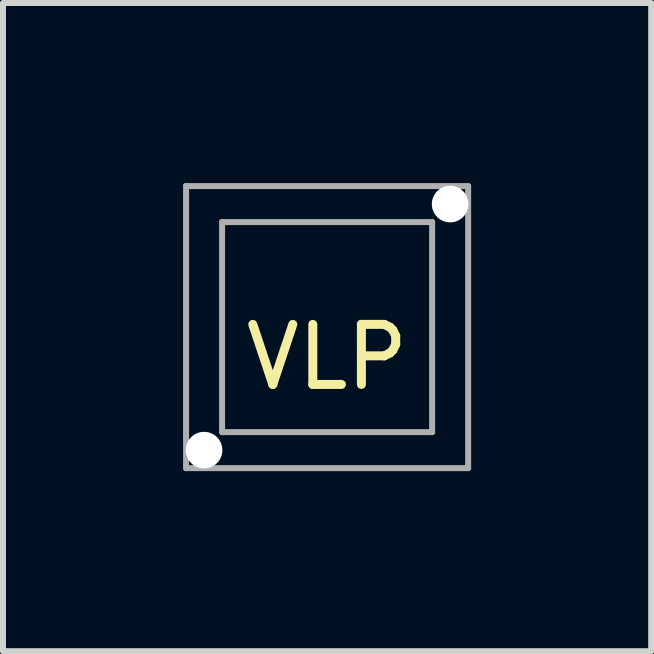
<source format=kicad_pcb>
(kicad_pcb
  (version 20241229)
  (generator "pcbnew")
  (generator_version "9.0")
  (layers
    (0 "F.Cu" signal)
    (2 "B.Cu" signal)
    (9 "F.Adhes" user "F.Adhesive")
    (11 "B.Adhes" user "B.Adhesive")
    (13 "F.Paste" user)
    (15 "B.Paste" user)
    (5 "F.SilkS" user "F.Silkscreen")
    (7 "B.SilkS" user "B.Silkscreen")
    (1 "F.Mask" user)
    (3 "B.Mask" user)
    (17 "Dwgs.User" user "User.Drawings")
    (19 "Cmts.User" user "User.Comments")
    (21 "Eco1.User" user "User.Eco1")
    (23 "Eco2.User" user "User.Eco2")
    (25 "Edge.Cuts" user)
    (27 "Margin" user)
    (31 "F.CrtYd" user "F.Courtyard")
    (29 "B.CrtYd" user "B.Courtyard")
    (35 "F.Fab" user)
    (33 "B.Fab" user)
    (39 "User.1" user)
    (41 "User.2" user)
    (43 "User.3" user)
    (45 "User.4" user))
  (footprint "VLP"
    (layer "F.Cu")
    (at 2.4 2.4)
    (property "Reference" "VLP" (at 0 0.5 0) (layer "F.SilkS") (effects (font (size 1 1) (thickness 0.15))))
    (attr through_hole)
    (fp_line (start -2.35 -2.35) (end -2.35 2.35) (stroke (width 0.1) (type solid)) (layer "F.Fab"))
    (fp_line (start -2.35 2.35) (end 2.35 2.35) (stroke (width 0.1) (type solid)) (layer "F.Fab"))
    (fp_line (start -1.75 -1.75) (end -1.75 1.75) (stroke (width 0.1) (type solid)) (layer "F.Fab"))
    (fp_line (start -1.75 1.75) (end 1.75 1.75) (stroke (width 0.1) (type solid)) (layer "F.Fab"))
    (fp_line (start 1.75 -1.75) (end -1.75 -1.75) (stroke (width 0.1) (type solid)) (layer "F.Fab"))
    (fp_line (start 1.75 1.75) (end 1.75 -1.75) (stroke (width 0.1) (type solid)) (layer "F.Fab"))
    (fp_line (start 2.35 -2.35) (end -2.35 -2.35) (stroke (width 0.1) (type solid)) (layer "F.Fab"))
    (fp_line (start 2.35 2.35) (end 2.35 -2.35) (stroke (width 0.1) (type solid)) (layer "F.Fab"))
    (pad "" np_thru_hole circle (at -2.05 2.05) (size 0.61 0.61) (drill 0.61) (layers "*.Cu" "*.Mask"))
    (pad "" np_thru_hole circle (at 2.05 -2.05) (size 0.61 0.61) (drill 0.61) (layers "*.Cu" "*.Mask")))
  (gr_rect
    (start -3 -3)
    (end 7.8 7.8)
    (stroke (width 0.1) (type default))
    (fill no)
    (layer "Edge.Cuts")))
</source>
